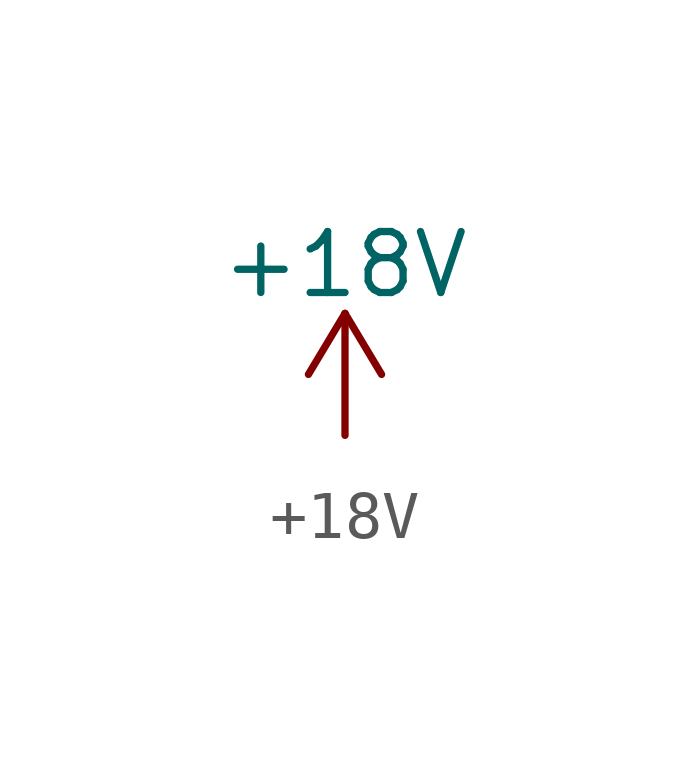
<source format=kicad_sym>
(kicad_symbol_lib
  (version 20241209)
  (generator "kicad_symbol_editor")
  (generator_version "9.0")
  (symbol "+18V"
    (power)
    (pin_names
      (offset 0))
    (property "Reference" "#PWR"
      (at 0 -3.81 0)
      (effects (font (size 1.27 1.27)) (hide yes)))
    (property "Value" "+18V"
      (at 0 3.556 0)
      (effects (font (size 1.27 1.27))))
    (symbol "+18V_0_1"
      (polyline (pts (xy -0.762 1.27) (xy 0 2.54)) (stroke (width 0) (type solid)) (fill (type none)))
      (polyline (pts (xy 0 2.54) (xy 0.762 1.27)) (stroke (width 0) (type solid)) (fill (type none)))
      (polyline (pts (xy 0 0) (xy 0 2.54)) (stroke (width 0) (type solid)) (fill (type none))))
    (symbol "+18V_1_1"
      (pin power_in line (at 0 0 90) (length 0) (hide yes) (name "+18V" (effects (font (size 1.27 1.27)))) (number "1" (effects (font (size 1.27 1.27))))))))
</source>
